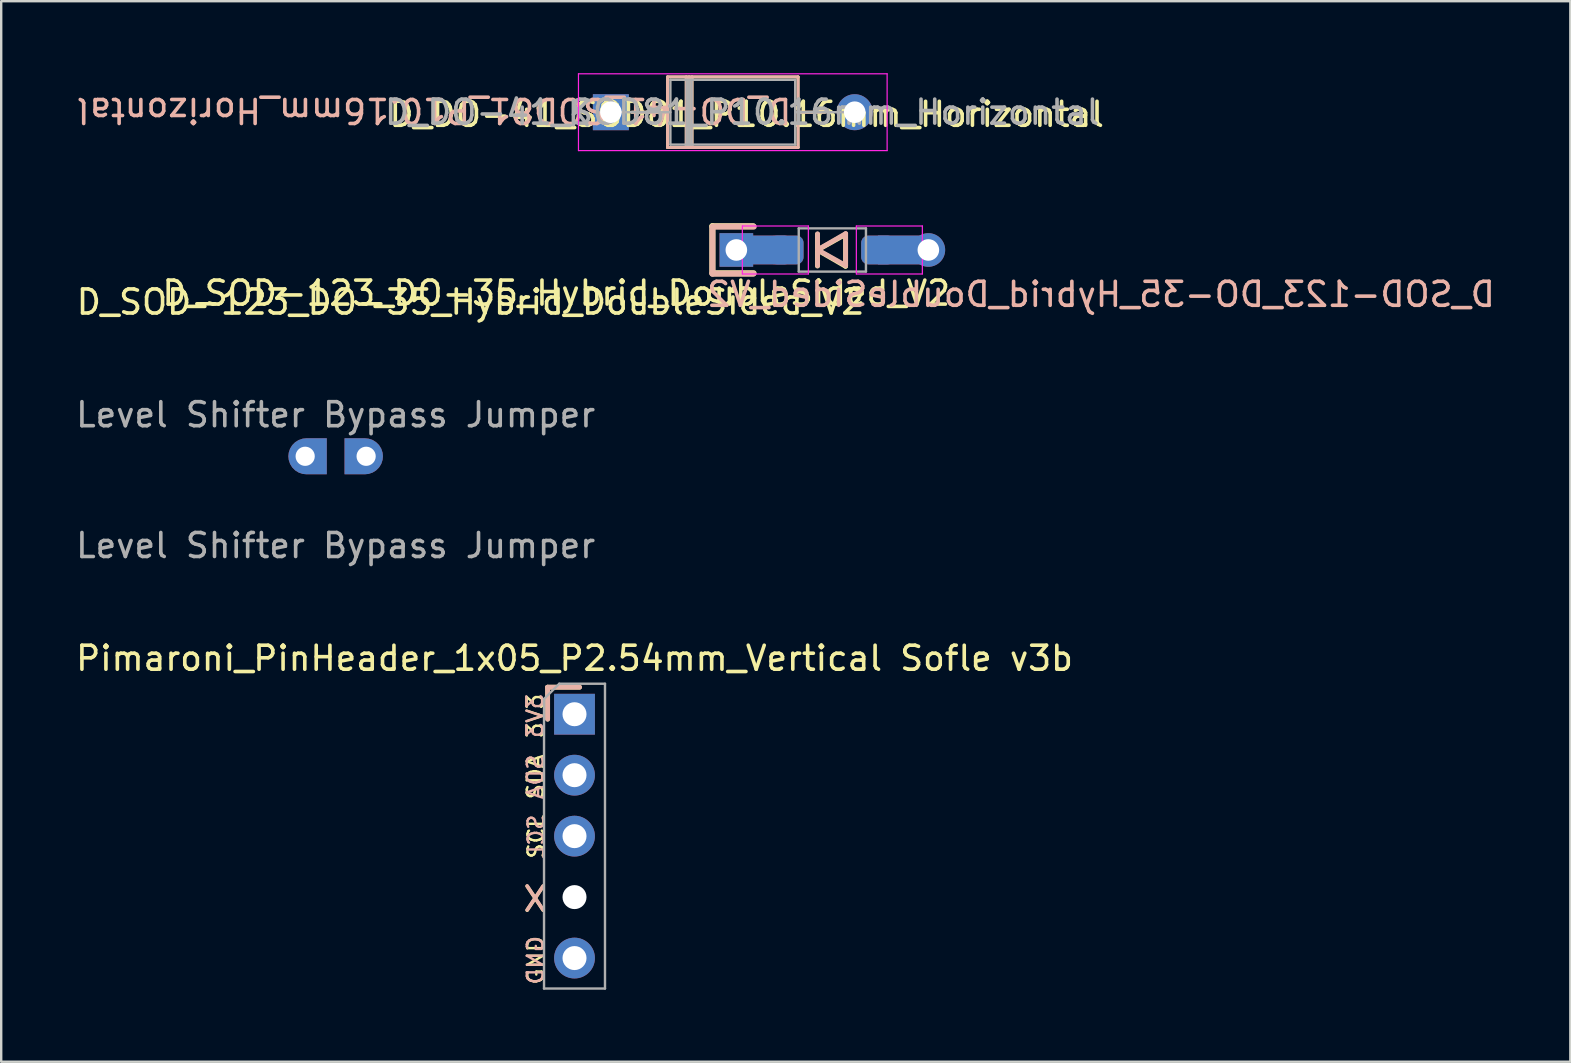
<source format=kicad_pcb>
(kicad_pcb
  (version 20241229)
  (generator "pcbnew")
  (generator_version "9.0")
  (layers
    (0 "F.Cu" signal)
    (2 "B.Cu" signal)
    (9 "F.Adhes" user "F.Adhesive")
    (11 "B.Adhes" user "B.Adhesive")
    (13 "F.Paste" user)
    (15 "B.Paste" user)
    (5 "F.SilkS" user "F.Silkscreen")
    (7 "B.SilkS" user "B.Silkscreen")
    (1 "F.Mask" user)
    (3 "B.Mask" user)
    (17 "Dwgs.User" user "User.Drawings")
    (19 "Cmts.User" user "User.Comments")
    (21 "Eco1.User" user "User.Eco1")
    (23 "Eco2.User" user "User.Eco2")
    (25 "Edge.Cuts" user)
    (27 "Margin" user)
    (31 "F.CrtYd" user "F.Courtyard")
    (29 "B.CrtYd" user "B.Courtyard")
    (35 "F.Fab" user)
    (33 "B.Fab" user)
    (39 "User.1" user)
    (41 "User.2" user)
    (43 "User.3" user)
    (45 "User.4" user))
  (footprint "D_DO-41_SOD81_P10.16mm_Horizontal"
    (layer "F.Cu")
    (at 22.402 1.625)
    (property "Reference" "D_DO-41_SOD81_P10.16mm_Horizontal" (at 5.66 0.09 0) (layer "F.SilkS") (effects (font (size 1 1) (thickness 0.15))))
    (attr through_hole)
    (fp_line (start 0.87 0) (end 2.36 0) (stroke (width 0.12) (type solid)) (layer "F.SilkS"))
    (fp_line (start 2.36 -1.47) (end 2.36 1.47) (stroke (width 0.12) (type solid)) (layer "F.SilkS"))
    (fp_line (start 2.36 1.47) (end 7.8 1.47) (stroke (width 0.12) (type solid)) (layer "F.SilkS"))
    (fp_line (start 3.14 -1.47) (end 3.14 1.47) (stroke (width 0.12) (type solid)) (layer "F.SilkS"))
    (fp_line (start 3.26 -1.47) (end 3.26 1.47) (stroke (width 0.12) (type solid)) (layer "F.SilkS"))
    (fp_line (start 3.38 -1.47) (end 3.38 1.47) (stroke (width 0.12) (type solid)) (layer "F.SilkS"))
    (fp_line (start 7.8 -1.47) (end 2.36 -1.47) (stroke (width 0.12) (type solid)) (layer "F.SilkS"))
    (fp_line (start 7.8 1.47) (end 7.8 -1.47) (stroke (width 0.12) (type solid)) (layer "F.SilkS"))
    (fp_line (start 8.92 0) (end 7.8 0) (stroke (width 0.12) (type solid)) (layer "F.SilkS"))
    (fp_line (start 0.87 0) (end 2.36 0) (stroke (width 0.12) (type solid)) (layer "B.SilkS"))
    (fp_line (start 2.36 -1.47) (end 2.36 1.47) (stroke (width 0.12) (type solid)) (layer "B.SilkS"))
    (fp_line (start 2.36 1.47) (end 7.8 1.47) (stroke (width 0.12) (type solid)) (layer "B.SilkS"))
    (fp_line (start 3.14 -1.47) (end 3.14 1.47) (stroke (width 0.12) (type solid)) (layer "B.SilkS"))
    (fp_line (start 3.26 -1.47) (end 3.26 1.47) (stroke (width 0.12) (type solid)) (layer "B.SilkS"))
    (fp_line (start 3.38 -1.47) (end 3.38 1.47) (stroke (width 0.12) (type solid)) (layer "B.SilkS"))
    (fp_line (start 7.8 -1.47) (end 2.36 -1.47) (stroke (width 0.12) (type solid)) (layer "B.SilkS"))
    (fp_line (start 7.8 1.47) (end 7.8 -1.47) (stroke (width 0.12) (type solid)) (layer "B.SilkS"))
    (fp_line (start 8.92 0) (end 7.8 0) (stroke (width 0.12) (type solid)) (layer "B.SilkS"))
    (fp_line (start -1.35 -1.6) (end -1.35 1.6) (stroke (width 0.05) (type solid)) (layer "F.CrtYd"))
    (fp_line (start -1.35 1.6) (end 11.51 1.6) (stroke (width 0.05) (type solid)) (layer "F.CrtYd"))
    (fp_line (start 11.51 -1.6) (end -1.35 -1.6) (stroke (width 0.05) (type solid)) (layer "F.CrtYd"))
    (fp_line (start 11.51 1.6) (end 11.51 -1.6) (stroke (width 0.05) (type solid)) (layer "F.CrtYd"))
    (fp_line (start 0 0) (end 2.48 0) (stroke (width 0.1) (type solid)) (layer "F.Fab"))
    (fp_line (start 2.48 -1.35) (end 2.48 1.35) (stroke (width 0.1) (type solid)) (layer "F.Fab"))
    (fp_line (start 2.48 1.35) (end 7.68 1.35) (stroke (width 0.1) (type solid)) (layer "F.Fab"))
    (fp_line (start 3.16 -1.35) (end 3.16 1.35) (stroke (width 0.1) (type solid)) (layer "F.Fab"))
    (fp_line (start 3.26 -1.35) (end 3.26 1.35) (stroke (width 0.1) (type solid)) (layer "F.Fab"))
    (fp_line (start 3.36 -1.35) (end 3.36 1.35) (stroke (width 0.1) (type solid)) (layer "F.Fab"))
    (fp_line (start 7.68 -1.35) (end 2.48 -1.35) (stroke (width 0.1) (type solid)) (layer "F.Fab"))
    (fp_line (start 7.68 1.35) (end 7.68 -1.35) (stroke (width 0.1) (type solid)) (layer "F.Fab"))
    (fp_line (start 10.16 0) (end 7.68 0) (stroke (width 0.1) (type solid)) (layer "F.Fab"))
    (fp_text user "${REFERENCE}" (at 7.61 -0.66 180) (unlocked yes) (layer "B.SilkS") (effects (font (size 1 1) (thickness 0.15)) (justify left bottom)))
    (fp_text user "K" (at -1.3 0.07 0) (layer "F.Fab") (effects (font (size 1 1) (thickness 0.15))))
    (fp_text user "${REFERENCE}" (at 5.47 0 0) (layer "F.Fab") (effects (font (size 1 1) (thickness 0.15))))
    (pad "1" thru_hole rect (at 0 0) (size 1.5 1.5) (drill 0.9) (layers "*.Cu" "*.Mask"))
    (pad "2" thru_hole oval (at 10.16 0) (size 1.5 1.5) (drill 0.9) (layers "*.Cu" "*.Mask")))
  (footprint "Level Shifter Bypass Jumper"
    (layer "F.Cu")
    (at 10.935 15.961)
    (property "Reference" "Level Shifter Bypass Jumper" (at 0 -1.73 0) (layer "F.Fab") (effects (font (size 1 1) (thickness 0.15))))
    (attr through_hole exclude_from_pos_files exclude_from_bom)
    (fp_text user "${REFERENCE}" (at 0 3.72 0) (unlocked yes) (layer "F.Fab") (effects (font (size 1 1) (thickness 0.15))))
    (pad "1" thru_hole roundrect (at -1.27 0) (size 1.6 1.5) (drill 0.8 (offset 0.1 0)) (layers "*.Cu" "*.Mask") (roundrect_rratio 0.5) (chamfer_ratio 0) (chamfer top_right bottom_right))
    (pad "2" thru_hole roundrect (at 1.27 0) (size 1.6 1.5) (drill 0.8 (offset -0.1 0)) (layers "*.Cu" "*.Mask") (roundrect_rratio 0.5) (chamfer_ratio 0) (chamfer top_left bottom_left)))
  (footprint "Pimaroni_PinHeader_1x05_P2.54mm_Vertical Sofle v3b"
    (layer "F.Cu")
    (at 20.887 26.708)
    (property "Reference" "Pimaroni_PinHeader_1x05_P2.54mm_Vertical Sofle v3b" (at 0 -2.33 0) (layer "F.SilkS") (effects (font (size 1 1) (thickness 0.15))))
    (attr through_hole exclude_from_pos_files exclude_from_bom)
    (fp_line (start -1.12 -1.125) (end 0.21 -1.125) (stroke (width 0.2) (type solid)) (layer "F.SilkS"))
    (fp_line (start -1.12 0.205) (end -1.12 -1.125) (stroke (width 0.2) (type solid)) (layer "F.SilkS"))
    (fp_line (start -1.12 -1.125) (end -1.12 0.205) (stroke (width 0.2) (type solid)) (layer "B.SilkS"))
    (fp_line (start 0.21 -1.125) (end -1.12 -1.125) (stroke (width 0.2) (type solid)) (layer "B.SilkS"))
    (fp_line (start -1.27 -0.635) (end -0.635 -1.27) (stroke (width 0.1) (type solid)) (layer "F.Fab"))
    (fp_line (start -1.27 11.43) (end -1.27 -0.635) (stroke (width 0.1) (type solid)) (layer "F.Fab"))
    (fp_line (start -0.635 -1.27) (end 1.27 -1.27) (stroke (width 0.1) (type solid)) (layer "F.Fab"))
    (fp_line (start 1.27 -1.27) (end 1.27 11.43) (stroke (width 0.1) (type solid)) (layer "F.Fab"))
    (fp_line (start 1.27 11.43) (end -1.27 11.43) (stroke (width 0.1) (type solid)) (layer "F.Fab"))
    (fp_text user "SCL" (at -1.6 5.1 90) (layer "F.SilkS") (effects (font (size 0.66 0.66) (thickness 0.1))))
    (fp_text user "X" (at -1.64 7.71 0) (layer "F.SilkS") (effects (font (size 1 1) (thickness 0.15))))
    (fp_text user "GND" (at -1.61 10.25 90) (layer "F.SilkS") (effects (font (size 0.66 0.66) (thickness 0.1))))
    (fp_text user "SDA" (at -1.63 2.61 90) (layer "F.SilkS") (effects (font (size 0.66 0.66) (thickness 0.1))))
    (fp_text user "3V3" (at -1.63 0.07 90) (layer "F.SilkS") (effects (font (size 0.66 0.66) (thickness 0.1))))
    (fp_text user "SDA" (at -1.63 2.61 90) (layer "B.SilkS") (effects (font (size 0.66 0.66) (thickness 0.1)) (justify mirror)))
    (fp_text user "X" (at -1.64 7.7 0) (layer "B.SilkS") (effects (font (size 1 1) (thickness 0.15)) (justify mirror)))
    (fp_text user "SCL" (at -1.6 5.1 90) (layer "B.SilkS") (effects (font (size 0.66 0.66) (thickness 0.1)) (justify mirror)))
    (fp_text user "GND" (at -1.63 10.25 90) (layer "B.SilkS") (effects (font (size 0.66 0.66) (thickness 0.1)) (justify mirror)))
    (fp_text user "3V3" (at -1.65 0.07 90) (layer "B.SilkS") (effects (font (size 0.66 0.66) (thickness 0.1)) (justify mirror)))
    (pad "" np_thru_hole circle (at 0 7.62) (size 1 1) (drill 1) (layers "*.Cu" "*.Mask"))
    (pad "1" thru_hole rect (at 0 0) (size 1.7 1.7) (drill 1) (layers "*.Cu" "*.Mask"))
    (pad "2" thru_hole oval (at 0 2.54) (size 1.7 1.7) (drill 1) (layers "*.Cu" "*.Mask"))
    (pad "3" thru_hole oval (at 0 5.08) (size 1.7 1.7) (drill 1) (layers "*.Cu" "*.Mask"))
    (pad "5" thru_hole oval (at 0 10.16) (size 1.7 1.7) (drill 1) (layers "*.Cu" "*.Mask")))
  (footprint "D_SOD-123_DO-35_Hybrid_DoubleSided_V2"
    (layer "F.Cu")
    (at 31.63 7.365)
    (property "Reference" "D_SOD-123_DO-35_Hybrid_DoubleSided_V2" (at 1.43 2.17 0) (layer "F.SilkS") (effects (font (size 1 1) (thickness 0.15)) (justify right)))
    (attr smd)
    (fp_line (start -5 -0.99) (end -5 0.96) (stroke (width 0.25) (type default)) (layer "F.SilkS"))
    (fp_line (start -5 -0.99) (end -3.3 -0.99) (stroke (width 0.25) (type default)) (layer "F.SilkS"))
    (fp_line (start -4.99 0.97) (end -3.28 0.97) (stroke (width 0.25) (type default)) (layer "F.SilkS"))
    (fp_line (start -0.62 -0.66) (end -0.62 0.67) (stroke (width 0.2) (type solid)) (layer "F.SilkS"))
    (fp_line (start -0.62 0.005) (end 0.55 -0.65) (stroke (width 0.2) (type solid)) (layer "F.SilkS"))
    (fp_line (start 0.55 -0.65) (end 0.55 0.68) (stroke (width 0.2) (type solid)) (layer "F.SilkS"))
    (fp_line (start 0.55 0.68) (end -0.62 0.005) (stroke (width 0.2) (type solid)) (layer "F.SilkS"))
    (fp_line (start -4.995 0.988) (end -4.995 -0.963) (stroke (width 0.25) (type default)) (layer "B.SilkS"))
    (fp_line (start -4.995 0.988) (end -3.295 0.988) (stroke (width 0.25) (type default)) (layer "B.SilkS"))
    (fp_line (start -4.985 -0.973) (end -3.275 -0.973) (stroke (width 0.25) (type default)) (layer "B.SilkS"))
    (fp_line (start -0.615 -0.007) (end 0.555 0.647) (stroke (width 0.2) (type solid)) (layer "B.SilkS"))
    (fp_line (start -0.615 0.657) (end -0.615 -0.672) (stroke (width 0.2) (type solid)) (layer "B.SilkS"))
    (fp_line (start 0.555 -0.682) (end -0.615 -0.007) (stroke (width 0.2) (type solid)) (layer "B.SilkS"))
    (fp_line (start 0.555 0.647) (end 0.555 -0.682) (stroke (width 0.2) (type solid)) (layer "B.SilkS"))
    (fp_line (start -3.75 -1) (end -3.75 1) (stroke (width 0.05) (type default)) (layer "F.CrtYd"))
    (fp_line (start -3.75 -1) (end -1 -1) (stroke (width 0.05) (type solid)) (layer "F.CrtYd"))
    (fp_line (start -1 -1) (end -1 1) (stroke (width 0.05) (type default)) (layer "F.CrtYd"))
    (fp_line (start -1 1) (end -3.75 1) (stroke (width 0.05) (type solid)) (layer "F.CrtYd"))
    (fp_line (start 1 -1) (end 1 1) (stroke (width 0.05) (type default)) (layer "F.CrtYd"))
    (fp_line (start 1 -1) (end 3.75 -1) (stroke (width 0.05) (type solid)) (layer "F.CrtYd"))
    (fp_line (start 3.75 -1) (end 3.75 1) (stroke (width 0.05) (type default)) (layer "F.CrtYd"))
    (fp_line (start 3.75 1) (end 1 1) (stroke (width 0.05) (type solid)) (layer "F.CrtYd"))
    (fp_line (start -1.4 -0.9) (end 1.4 -0.9) (stroke (width 0.1) (type solid)) (layer "F.Fab"))
    (fp_line (start -1.4 0.9) (end -1.4 -0.9) (stroke (width 0.1) (type solid)) (layer "F.Fab"))
    (fp_line (start 1.4 -0.9) (end 1.4 0.9) (stroke (width 0.1) (type solid)) (layer "F.Fab"))
    (fp_line (start 1.4 0.9) (end -1.4 0.9) (stroke (width 0.1) (type solid)) (layer "F.Fab"))
    (fp_text user "${REFERENCE}" (at 5 1.8 0) (layer "F.SilkS") (effects (font (size 1 1) (thickness 0.15)) (justify right)))
    (fp_text user "${REFERENCE}" (at -5.31 1.85 0) (layer "B.SilkS") (effects (font (size 1 1) (thickness 0.15)) (justify right mirror)))
    (pad "1" thru_hole rect (at -4 0) (size 1.4 1.4) (drill 0.9) (layers "*.Cu" "*.Mask"))
    (pad "1" smd rect (at -2.75 0) (size 1.6 1.2) (layers "B.Cu"))
    (pad "1" smd rect (at -2.7 0) (size 1.6 1.2) (layers "F.Cu"))
    (pad "1" smd roundrect (at -1.95 0) (size 1.5 1.2) (layers "F.Cu" "F.Mask" "F.Paste") (roundrect_rratio 0.25))
    (pad "1" smd roundrect (at -1.9 0) (size 1.4 1.2) (layers "B.Cu" "B.Mask" "B.Paste") (roundrect_rratio 0.25))
    (pad "2" smd roundrect (at 1.9 0) (size 1.4 1.2) (layers "F.Cu" "F.Mask" "F.Paste") (roundrect_rratio 0.25))
    (pad "2" smd roundrect (at 1.9 0) (size 1.4 1.2) (layers "B.Cu" "B.Mask" "B.Paste") (roundrect_rratio 0.25))
    (pad "2" smd rect (at 2.96 0) (size 2.12 1.2) (layers "F.Cu"))
    (pad "2" smd rect (at 2.97 0) (size 2.14 1.2) (layers "B.Cu"))
    (pad "2" thru_hole circle (at 4 0) (size 1.4 1.4) (drill 0.9) (layers "*.Cu" "*.Mask")))
  (gr_rect
    (start -3 -3)
    (end 62.379 41.188)
    (stroke (width 0.1) (type default))
    (fill no)
    (layer "Edge.Cuts")))
</source>
